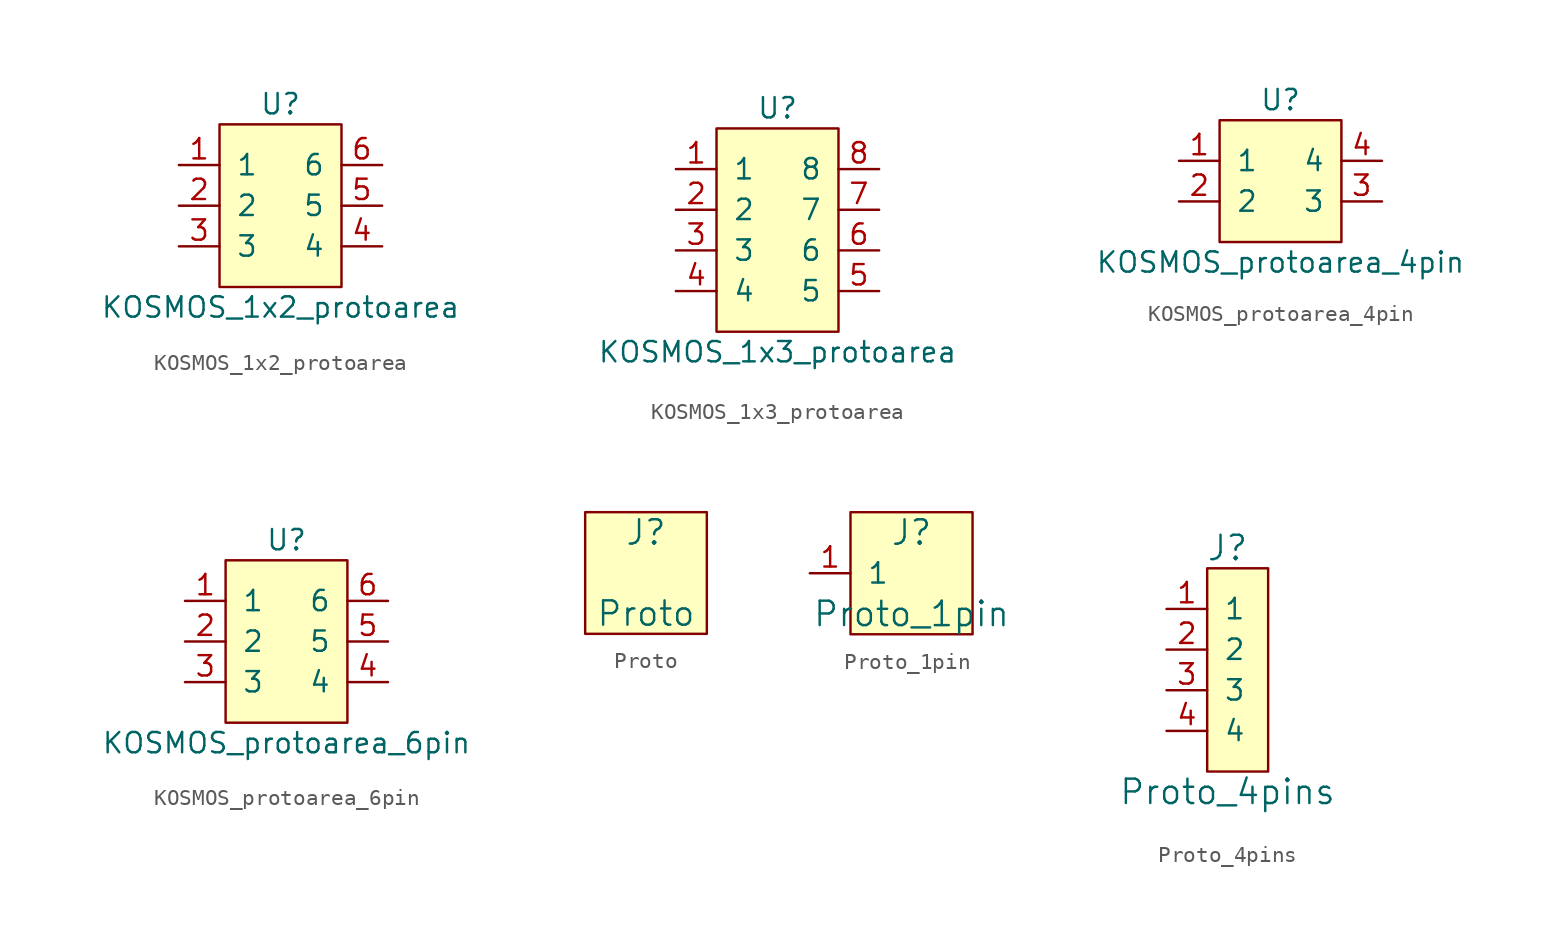
<source format=kicad_sym>
(kicad_symbol_lib
  (version 20211014)
  (generator kicad_symbol_editor)
  (symbol "KOSMOS_1x2_protoarea"
    (pin_names
      (offset 1.016))
    (property "Reference" "U"
      (at 0 6.35 0)
      (effects (font (size 1.27 1.27))))
    (property "Value" "KOSMOS_1x2_protoarea"
      (at 0 -6.35 0)
      (effects (font (size 1.27 1.27))))
    (symbol "KOSMOS_1x2_protoarea_0_1"
      (rectangle (start -3.81 5.08) (end 3.81 -5.08) (stroke (width 0) (type default) (color 0 0 0 0)) (fill (type background))))
    (symbol "KOSMOS_1x2_protoarea_1_1"
      (pin bidirectional line (at -6.35 2.54 0) (length 2.54) (name "1" (effects (font (size 1.27 1.27)))) (number "1" (effects (font (size 1.27 1.27)))))
      (pin bidirectional line (at -6.35 0 0) (length 2.54) (name "2" (effects (font (size 1.27 1.27)))) (number "2" (effects (font (size 1.27 1.27)))))
      (pin bidirectional line (at -6.35 -2.54 0) (length 2.54) (name "3" (effects (font (size 1.27 1.27)))) (number "3" (effects (font (size 1.27 1.27)))))
      (pin bidirectional line (at 6.35 -2.54 180) (length 2.54) (name "4" (effects (font (size 1.27 1.27)))) (number "4" (effects (font (size 1.27 1.27)))))
      (pin bidirectional line (at 6.35 0 180) (length 2.54) (name "5" (effects (font (size 1.27 1.27)))) (number "5" (effects (font (size 1.27 1.27)))))
      (pin bidirectional line (at 6.35 2.54 180) (length 2.54) (name "6" (effects (font (size 1.27 1.27)))) (number "6" (effects (font (size 1.27 1.27)))))))
  (symbol "KOSMOS_1x3_protoarea"
    (pin_names
      (offset 1.016))
    (property "Reference" "U"
      (at 0 7.62 0)
      (effects (font (size 1.27 1.27))))
    (property "Value" "KOSMOS_1x3_protoarea"
      (at 0 -7.62 0)
      (effects (font (size 1.27 1.27))))
    (symbol "KOSMOS_1x3_protoarea_0_1"
      (rectangle (start -3.81 6.35) (end 3.81 -6.35) (stroke (width 0) (type default) (color 0 0 0 0)) (fill (type background))))
    (symbol "KOSMOS_1x3_protoarea_1_1"
      (pin bidirectional line (at -6.35 3.81 0) (length 2.54) (name "1" (effects (font (size 1.27 1.27)))) (number "1" (effects (font (size 1.27 1.27)))))
      (pin bidirectional line (at -6.35 1.27 0) (length 2.54) (name "2" (effects (font (size 1.27 1.27)))) (number "2" (effects (font (size 1.27 1.27)))))
      (pin bidirectional line (at -6.35 -1.27 0) (length 2.54) (name "3" (effects (font (size 1.27 1.27)))) (number "3" (effects (font (size 1.27 1.27)))))
      (pin bidirectional line (at -6.35 -3.81 0) (length 2.54) (name "4" (effects (font (size 1.27 1.27)))) (number "4" (effects (font (size 1.27 1.27)))))
      (pin bidirectional line (at 6.35 -3.81 180) (length 2.54) (name "5" (effects (font (size 1.27 1.27)))) (number "5" (effects (font (size 1.27 1.27)))))
      (pin bidirectional line (at 6.35 -1.27 180) (length 2.54) (name "6" (effects (font (size 1.27 1.27)))) (number "6" (effects (font (size 1.27 1.27)))))
      (pin bidirectional line (at 6.35 1.27 180) (length 2.54) (name "7" (effects (font (size 1.27 1.27)))) (number "7" (effects (font (size 1.27 1.27)))))
      (pin bidirectional line (at 6.35 3.81 180) (length 2.54) (name "8" (effects (font (size 1.27 1.27)))) (number "8" (effects (font (size 1.27 1.27)))))))
  (symbol "KOSMOS_protoarea_4pin"
    (pin_names
      (offset 1.016))
    (property "Reference" "U"
      (at 0 5.08 0)
      (effects (font (size 1.27 1.27))))
    (property "Value" "KOSMOS_protoarea_4pin"
      (at 0 -5.08 0)
      (effects (font (size 1.27 1.27))))
    (symbol "KOSMOS_protoarea_4pin_0_1"
      (rectangle (start -3.81 3.81) (end 3.81 -3.81) (stroke (width 0) (type default) (color 0 0 0 0)) (fill (type background))))
    (symbol "KOSMOS_protoarea_4pin_1_1"
      (pin bidirectional line (at -6.35 1.27 0) (length 2.54) (name "1" (effects (font (size 1.27 1.27)))) (number "1" (effects (font (size 1.27 1.27)))))
      (pin bidirectional line (at -6.35 -1.27 0) (length 2.54) (name "2" (effects (font (size 1.27 1.27)))) (number "2" (effects (font (size 1.27 1.27)))))
      (pin bidirectional line (at 6.35 -1.27 180) (length 2.54) (name "3" (effects (font (size 1.27 1.27)))) (number "3" (effects (font (size 1.27 1.27)))))
      (pin bidirectional line (at 6.35 1.27 180) (length 2.54) (name "4" (effects (font (size 1.27 1.27)))) (number "4" (effects (font (size 1.27 1.27)))))))
  (symbol "KOSMOS_protoarea_6pin"
    (pin_names
      (offset 1.016))
    (property "Reference" "U"
      (at 0 6.35 0)
      (effects (font (size 1.27 1.27))))
    (property "Value" "KOSMOS_protoarea_6pin"
      (at 0 -6.35 0)
      (effects (font (size 1.27 1.27))))
    (symbol "KOSMOS_protoarea_6pin_0_1"
      (rectangle (start -3.81 5.08) (end 3.81 -5.08) (stroke (width 0) (type default) (color 0 0 0 0)) (fill (type background))))
    (symbol "KOSMOS_protoarea_6pin_1_1"
      (pin bidirectional line (at -6.35 2.54 0) (length 2.54) (name "1" (effects (font (size 1.27 1.27)))) (number "1" (effects (font (size 1.27 1.27)))))
      (pin bidirectional line (at -6.35 0 0) (length 2.54) (name "2" (effects (font (size 1.27 1.27)))) (number "2" (effects (font (size 1.27 1.27)))))
      (pin bidirectional line (at -6.35 -2.54 0) (length 2.54) (name "3" (effects (font (size 1.27 1.27)))) (number "3" (effects (font (size 1.27 1.27)))))
      (pin bidirectional line (at 6.35 -2.54 180) (length 2.54) (name "4" (effects (font (size 1.27 1.27)))) (number "4" (effects (font (size 1.27 1.27)))))
      (pin bidirectional line (at 6.35 0 180) (length 2.54) (name "5" (effects (font (size 1.27 1.27)))) (number "5" (effects (font (size 1.27 1.27)))))
      (pin bidirectional line (at 6.35 2.54 180) (length 2.54) (name "6" (effects (font (size 1.27 1.27)))) (number "6" (effects (font (size 1.27 1.27)))))))
  (symbol "Proto"
    (pin_names
      (offset 1.016))
    (property "Reference" "J"
      (at 0 2.54 0)
      (effects (font (size 1.524 1.524))))
    (property "Value" "Proto"
      (at 0 -2.54 0)
      (effects (font (size 1.524 1.524))))
    (symbol "Proto_0_1"
      (polyline (pts (xy -3.81 3.81) (xy 3.81 3.81) (xy 3.81 -3.81) (xy -3.81 -3.81) (xy -3.81 3.81)) (stroke (width 0) (type default) (color 0 0 0 0)) (fill (type background)))))
  (symbol "Proto_1pin"
    (pin_names
      (offset 1.016))
    (property "Reference" "J"
      (at 0 2.54 0)
      (effects (font (size 1.524 1.524))))
    (property "Value" "Proto_1pin"
      (at 0 -2.54 0)
      (effects (font (size 1.524 1.524))))
    (symbol "Proto_1pin_0_1"
      (polyline (pts (xy -3.81 3.81) (xy 3.81 3.81) (xy 3.81 -3.81) (xy -3.81 -3.81) (xy -3.81 3.81)) (stroke (width 0) (type default) (color 0 0 0 0)) (fill (type background))))
    (symbol "Proto_1pin_1_1"
      (pin passive line (at -6.35 0 0) (length 2.54) (name "1" (effects (font (size 1.27 1.27)))) (number "1" (effects (font (size 1.27 1.27)))))))
  (symbol "Proto_4pins"
    (pin_names
      (offset 1.016))
    (property "Reference" "J"
      (at 0 5.08 0)
      (effects (font (size 1.524 1.524))))
    (property "Value" "Proto_4pins"
      (at 0 -10.16 0)
      (effects (font (size 1.524 1.524))))
    (symbol "Proto_4pins_0_1"
      (rectangle (start -1.27 3.81) (end 2.54 -8.89) (stroke (width 0) (type default) (color 0 0 0 0)) (fill (type background))))
    (symbol "Proto_4pins_1_1"
      (pin input line (at -3.81 1.27 0) (length 2.54) (name "1" (effects (font (size 1.27 1.27)))) (number "1" (effects (font (size 1.27 1.27)))))
      (pin input line (at -3.81 -1.27 0) (length 2.54) (name "2" (effects (font (size 1.27 1.27)))) (number "2" (effects (font (size 1.27 1.27)))))
      (pin input line (at -3.81 -3.81 0) (length 2.54) (name "3" (effects (font (size 1.27 1.27)))) (number "3" (effects (font (size 1.27 1.27)))))
      (pin input line (at -3.81 -6.35 0) (length 2.54) (name "4" (effects (font (size 1.27 1.27)))) (number "4" (effects (font (size 1.27 1.27))))))))
</source>
